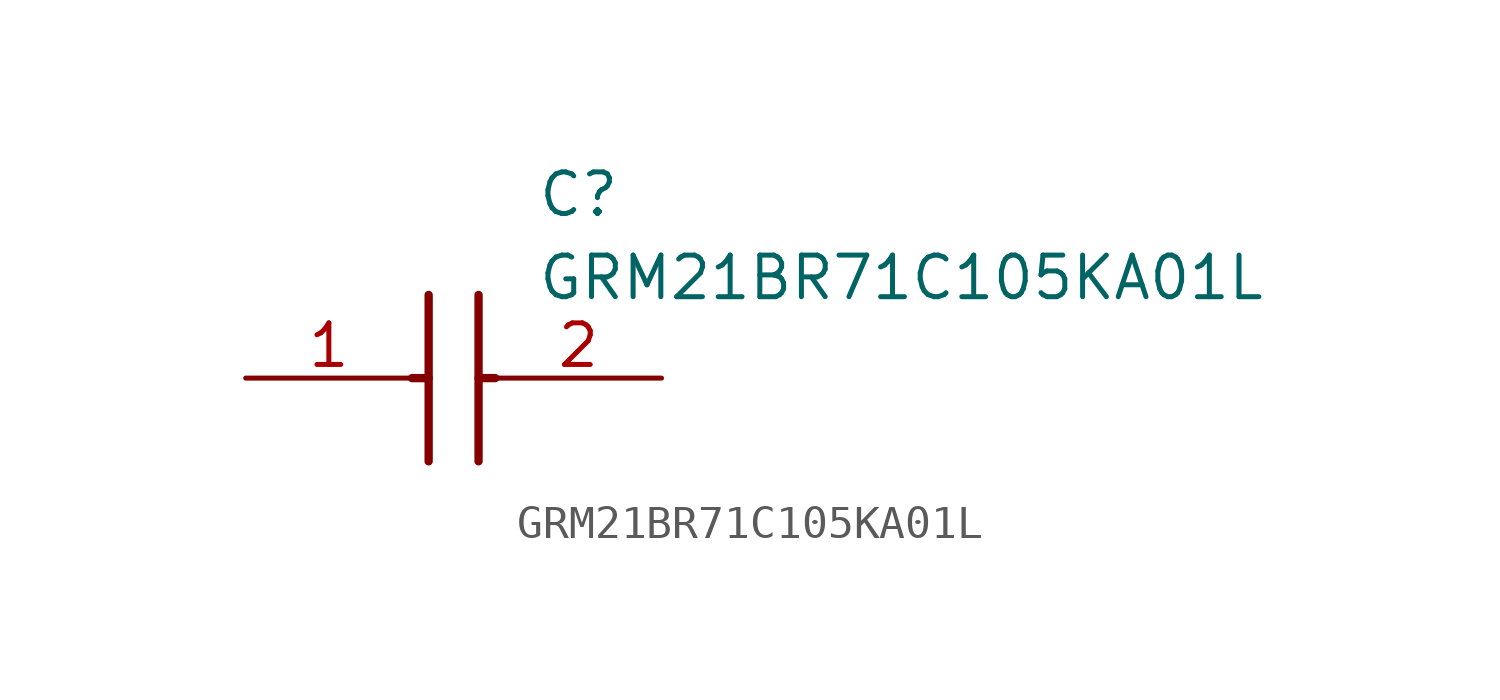
<source format=kicad_sym>
(kicad_symbol_lib
  (version 20211014)
  (generator SamacSys_ECAD_Model)
  (symbol "GRM21BR71C105KA01L"
    (pin_names hide)
    (property "Reference" "C"
      (at 8.89 6.35 0)
      (effects (font (size 1.27 1.27)) (justify left top)))
    (property "Value" "GRM21BR71C105KA01L"
      (at 8.89 3.81 0)
      (effects (font (size 1.27 1.27)) (justify left top)))
    (polyline
      (pts (xy 5.588 2.54) (xy 5.588 -2.54))
      (stroke (width 0.254) (type default))
      (fill (type none)))
    (polyline
      (pts (xy 7.112 2.54) (xy 7.112 -2.54))
      (stroke (width 0.254) (type default))
      (fill (type none)))
    (polyline
      (pts (xy 5.08 0) (xy 5.588 0))
      (stroke (width 0.254) (type default))
      (fill (type none)))
    (polyline
      (pts (xy 7.112 0) (xy 7.62 0))
      (stroke (width 0.254) (type default))
      (fill (type none)))
    (pin passive line
      (at 0 0 0)
      (length 5.08)
      (name "1" (effects (font (size 1.27 1.27))))
      (number "1" (effects (font (size 1.27 1.27)))))
    (pin passive line
      (at 12.7 0 180)
      (length 5.08)
      (name "2" (effects (font (size 1.27 1.27))))
      (number "2" (effects (font (size 1.27 1.27)))))))
</source>
